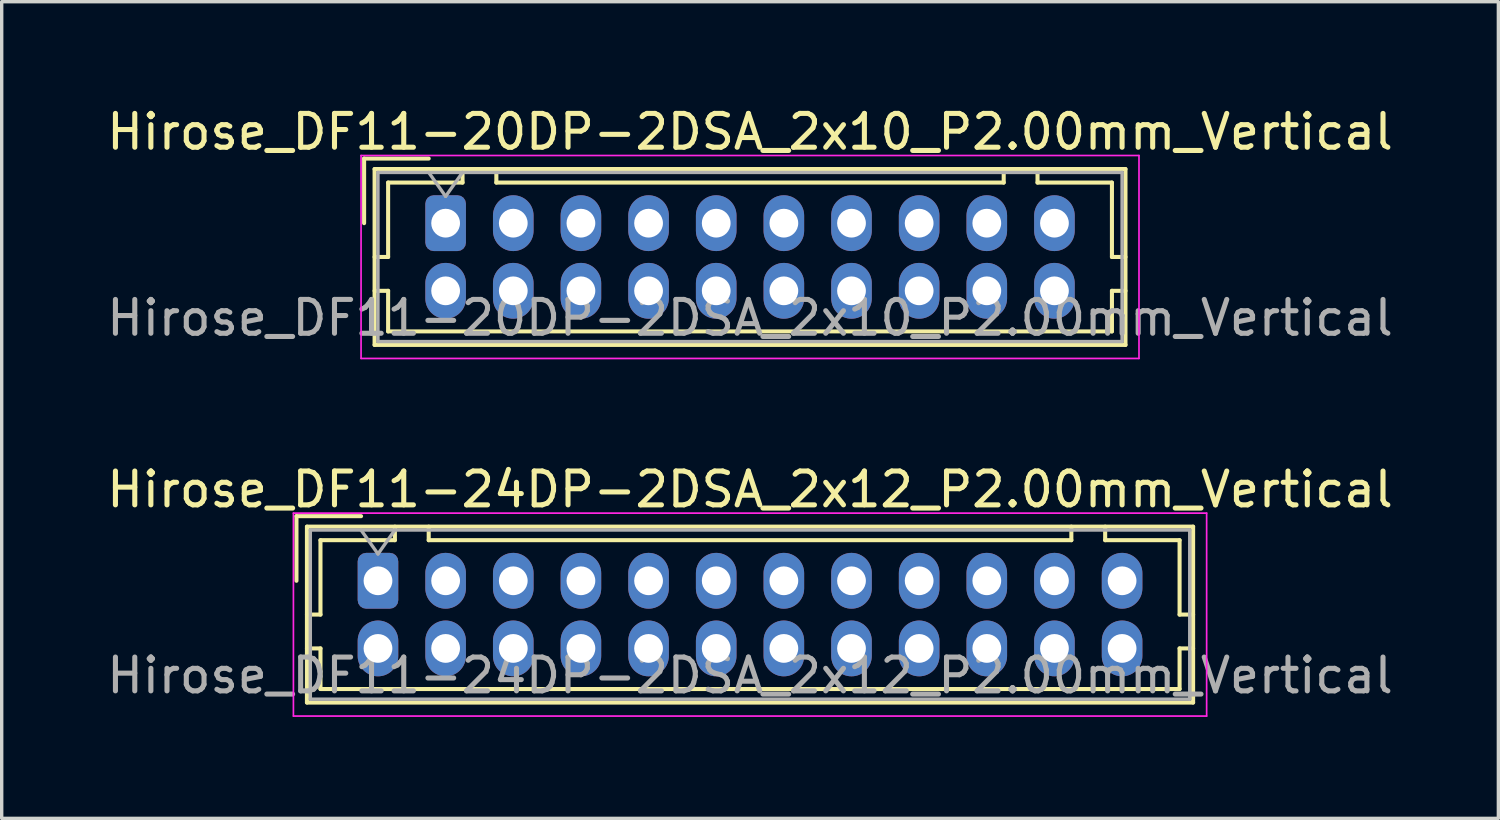
<source format=kicad_pcb>
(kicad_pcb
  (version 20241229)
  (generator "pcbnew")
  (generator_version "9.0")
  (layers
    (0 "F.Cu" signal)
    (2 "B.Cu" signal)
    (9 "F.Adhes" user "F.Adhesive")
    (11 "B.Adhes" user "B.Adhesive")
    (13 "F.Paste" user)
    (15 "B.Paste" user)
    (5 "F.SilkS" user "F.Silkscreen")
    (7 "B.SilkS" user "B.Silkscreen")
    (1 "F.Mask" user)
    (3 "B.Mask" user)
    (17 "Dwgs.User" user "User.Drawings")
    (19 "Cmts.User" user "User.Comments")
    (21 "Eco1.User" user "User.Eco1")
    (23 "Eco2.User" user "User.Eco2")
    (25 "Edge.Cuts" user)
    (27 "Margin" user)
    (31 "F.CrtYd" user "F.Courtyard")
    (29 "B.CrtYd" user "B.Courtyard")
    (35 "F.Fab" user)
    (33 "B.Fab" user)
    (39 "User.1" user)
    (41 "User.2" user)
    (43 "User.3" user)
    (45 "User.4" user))
  (footprint "Hirose_DF11-24DP-2DSA_2x12_P2.00mm_Vertical"
    (layer "F.Cu")
    (at 8.125 14.121)
    (property "Reference" "Hirose_DF11-24DP-2DSA_2x12_P2.00mm_Vertical" (at 11 -2.7 0) (layer "F.SilkS") (effects (font (size 1 1) (thickness 0.15))))
    (attr through_hole)
    (fp_line (start -2.41 -1.91) (end -0.5 -1.91) (stroke (width 0.12) (type solid)) (layer "F.SilkS"))
    (fp_line (start -2.41 0) (end -2.41 -1.91) (stroke (width 0.12) (type solid)) (layer "F.SilkS"))
    (fp_line (start -2.1 -1.6) (end -2.1 3.6) (stroke (width 0.12) (type solid)) (layer "F.SilkS"))
    (fp_line (start -2.1 1) (end -1.7 1) (stroke (width 0.12) (type solid)) (layer "F.SilkS"))
    (fp_line (start -2.1 2) (end -1.7 2) (stroke (width 0.12) (type solid)) (layer "F.SilkS"))
    (fp_line (start -2.1 3.6) (end 24.1 3.6) (stroke (width 0.12) (type solid)) (layer "F.SilkS"))
    (fp_line (start -1.7 -1.2) (end 0.5 -1.2) (stroke (width 0.12) (type solid)) (layer "F.SilkS"))
    (fp_line (start -1.7 1) (end -1.7 -1.2) (stroke (width 0.12) (type solid)) (layer "F.SilkS"))
    (fp_line (start -1.7 2) (end -1.7 3.2) (stroke (width 0.12) (type solid)) (layer "F.SilkS"))
    (fp_line (start -1.7 3.2) (end 23.7 3.2) (stroke (width 0.12) (type solid)) (layer "F.SilkS"))
    (fp_line (start 0.5 -1.2) (end 0.5 -1.6) (stroke (width 0.12) (type solid)) (layer "F.SilkS"))
    (fp_line (start 1.5 -1.6) (end 1.5 -1.2) (stroke (width 0.12) (type solid)) (layer "F.SilkS"))
    (fp_line (start 1.5 -1.2) (end 20.5 -1.2) (stroke (width 0.12) (type solid)) (layer "F.SilkS"))
    (fp_line (start 20.5 -1.2) (end 20.5 -1.6) (stroke (width 0.12) (type solid)) (layer "F.SilkS"))
    (fp_line (start 21.5 -1.2) (end 21.5 -1.6) (stroke (width 0.12) (type solid)) (layer "F.SilkS"))
    (fp_line (start 23.7 -1.2) (end 21.5 -1.2) (stroke (width 0.12) (type solid)) (layer "F.SilkS"))
    (fp_line (start 23.7 1) (end 23.7 -1.2) (stroke (width 0.12) (type solid)) (layer "F.SilkS"))
    (fp_line (start 23.7 2) (end 24.1 2) (stroke (width 0.12) (type solid)) (layer "F.SilkS"))
    (fp_line (start 23.7 3.2) (end 23.7 2) (stroke (width 0.12) (type solid)) (layer "F.SilkS"))
    (fp_line (start 24.1 -1.6) (end -2.1 -1.6) (stroke (width 0.12) (type solid)) (layer "F.SilkS"))
    (fp_line (start 24.1 1) (end 23.7 1) (stroke (width 0.12) (type solid)) (layer "F.SilkS"))
    (fp_line (start 24.1 3.6) (end 24.1 -1.6) (stroke (width 0.12) (type solid)) (layer "F.SilkS"))
    (fp_line (start -2.5 -2) (end -2.5 4) (stroke (width 0.05) (type solid)) (layer "F.CrtYd"))
    (fp_line (start -2.5 4) (end 24.5 4) (stroke (width 0.05) (type solid)) (layer "F.CrtYd"))
    (fp_line (start 24.5 -2) (end -2.5 -2) (stroke (width 0.05) (type solid)) (layer "F.CrtYd"))
    (fp_line (start 24.5 4) (end 24.5 -2) (stroke (width 0.05) (type solid)) (layer "F.CrtYd"))
    (fp_line (start -2 -1.5) (end -2 3.5) (stroke (width 0.1) (type solid)) (layer "F.Fab"))
    (fp_line (start -2 3.5) (end 24 3.5) (stroke (width 0.1) (type solid)) (layer "F.Fab"))
    (fp_line (start -0.5 -1.5) (end 0 -0.793) (stroke (width 0.1) (type solid)) (layer "F.Fab"))
    (fp_line (start 0 -0.793) (end 0.5 -1.5) (stroke (width 0.1) (type solid)) (layer "F.Fab"))
    (fp_line (start 24 -1.5) (end -2 -1.5) (stroke (width 0.1) (type solid)) (layer "F.Fab"))
    (fp_line (start 24 3.5) (end 24 -1.5) (stroke (width 0.1) (type solid)) (layer "F.Fab"))
    (fp_text user "${REFERENCE}" (at 11 2.8 0) (layer "F.Fab") (effects (font (size 1 1) (thickness 0.15))))
    (pad "1" thru_hole roundrect (at 0 0) (size 1.2 1.65) (drill 0.85) (layers "*.Cu" "*.Mask") (roundrect_rratio 0.208))
    (pad "2" thru_hole oval (at 0 2) (size 1.2 1.65) (drill 0.85) (layers "*.Cu" "*.Mask"))
    (pad "3" thru_hole oval (at 2 0) (size 1.2 1.65) (drill 0.85) (layers "*.Cu" "*.Mask"))
    (pad "4" thru_hole oval (at 2 2) (size 1.2 1.65) (drill 0.85) (layers "*.Cu" "*.Mask"))
    (pad "5" thru_hole oval (at 4 0) (size 1.2 1.65) (drill 0.85) (layers "*.Cu" "*.Mask"))
    (pad "6" thru_hole oval (at 4 2) (size 1.2 1.65) (drill 0.85) (layers "*.Cu" "*.Mask"))
    (pad "7" thru_hole oval (at 6 0) (size 1.2 1.65) (drill 0.85) (layers "*.Cu" "*.Mask"))
    (pad "8" thru_hole oval (at 6 2) (size 1.2 1.65) (drill 0.85) (layers "*.Cu" "*.Mask"))
    (pad "9" thru_hole oval (at 8 0) (size 1.2 1.65) (drill 0.85) (layers "*.Cu" "*.Mask"))
    (pad "10" thru_hole oval (at 8 2) (size 1.2 1.65) (drill 0.85) (layers "*.Cu" "*.Mask"))
    (pad "11" thru_hole oval (at 10 0) (size 1.2 1.65) (drill 0.85) (layers "*.Cu" "*.Mask"))
    (pad "12" thru_hole oval (at 10 2) (size 1.2 1.65) (drill 0.85) (layers "*.Cu" "*.Mask"))
    (pad "13" thru_hole oval (at 12 0) (size 1.2 1.65) (drill 0.85) (layers "*.Cu" "*.Mask"))
    (pad "14" thru_hole oval (at 12 2) (size 1.2 1.65) (drill 0.85) (layers "*.Cu" "*.Mask"))
    (pad "15" thru_hole oval (at 14 0) (size 1.2 1.65) (drill 0.85) (layers "*.Cu" "*.Mask"))
    (pad "16" thru_hole oval (at 14 2) (size 1.2 1.65) (drill 0.85) (layers "*.Cu" "*.Mask"))
    (pad "17" thru_hole oval (at 16 0) (size 1.2 1.65) (drill 0.85) (layers "*.Cu" "*.Mask"))
    (pad "18" thru_hole oval (at 16 2) (size 1.2 1.65) (drill 0.85) (layers "*.Cu" "*.Mask"))
    (pad "19" thru_hole oval (at 18 0) (size 1.2 1.65) (drill 0.85) (layers "*.Cu" "*.Mask"))
    (pad "20" thru_hole oval (at 18 2) (size 1.2 1.65) (drill 0.85) (layers "*.Cu" "*.Mask"))
    (pad "21" thru_hole oval (at 20 0) (size 1.2 1.65) (drill 0.85) (layers "*.Cu" "*.Mask"))
    (pad "22" thru_hole oval (at 20 2) (size 1.2 1.65) (drill 0.85) (layers "*.Cu" "*.Mask"))
    (pad "23" thru_hole oval (at 22 0) (size 1.2 1.65) (drill 0.85) (layers "*.Cu" "*.Mask"))
    (pad "24" thru_hole oval (at 22 2) (size 1.2 1.65) (drill 0.85) (layers "*.Cu" "*.Mask")))
  (footprint "Hirose_DF11-20DP-2DSA_2x10_P2.00mm_Vertical"
    (layer "F.Cu")
    (at 10.125 3.548)
    (property "Reference" "Hirose_DF11-20DP-2DSA_2x10_P2.00mm_Vertical" (at 9 -2.7 0) (layer "F.SilkS") (effects (font (size 1 1) (thickness 0.15))))
    (attr through_hole)
    (fp_line (start -2.41 -1.91) (end -0.5 -1.91) (stroke (width 0.12) (type solid)) (layer "F.SilkS"))
    (fp_line (start -2.41 0) (end -2.41 -1.91) (stroke (width 0.12) (type solid)) (layer "F.SilkS"))
    (fp_line (start -2.1 -1.6) (end -2.1 3.6) (stroke (width 0.12) (type solid)) (layer "F.SilkS"))
    (fp_line (start -2.1 1) (end -1.7 1) (stroke (width 0.12) (type solid)) (layer "F.SilkS"))
    (fp_line (start -2.1 2) (end -1.7 2) (stroke (width 0.12) (type solid)) (layer "F.SilkS"))
    (fp_line (start -2.1 3.6) (end 20.1 3.6) (stroke (width 0.12) (type solid)) (layer "F.SilkS"))
    (fp_line (start -1.7 -1.2) (end 0.5 -1.2) (stroke (width 0.12) (type solid)) (layer "F.SilkS"))
    (fp_line (start -1.7 1) (end -1.7 -1.2) (stroke (width 0.12) (type solid)) (layer "F.SilkS"))
    (fp_line (start -1.7 2) (end -1.7 3.2) (stroke (width 0.12) (type solid)) (layer "F.SilkS"))
    (fp_line (start -1.7 3.2) (end 19.7 3.2) (stroke (width 0.12) (type solid)) (layer "F.SilkS"))
    (fp_line (start 0.5 -1.2) (end 0.5 -1.6) (stroke (width 0.12) (type solid)) (layer "F.SilkS"))
    (fp_line (start 1.5 -1.6) (end 1.5 -1.2) (stroke (width 0.12) (type solid)) (layer "F.SilkS"))
    (fp_line (start 1.5 -1.2) (end 16.5 -1.2) (stroke (width 0.12) (type solid)) (layer "F.SilkS"))
    (fp_line (start 16.5 -1.2) (end 16.5 -1.6) (stroke (width 0.12) (type solid)) (layer "F.SilkS"))
    (fp_line (start 17.5 -1.2) (end 17.5 -1.6) (stroke (width 0.12) (type solid)) (layer "F.SilkS"))
    (fp_line (start 19.7 -1.2) (end 17.5 -1.2) (stroke (width 0.12) (type solid)) (layer "F.SilkS"))
    (fp_line (start 19.7 1) (end 19.7 -1.2) (stroke (width 0.12) (type solid)) (layer "F.SilkS"))
    (fp_line (start 19.7 2) (end 20.1 2) (stroke (width 0.12) (type solid)) (layer "F.SilkS"))
    (fp_line (start 19.7 3.2) (end 19.7 2) (stroke (width 0.12) (type solid)) (layer "F.SilkS"))
    (fp_line (start 20.1 -1.6) (end -2.1 -1.6) (stroke (width 0.12) (type solid)) (layer "F.SilkS"))
    (fp_line (start 20.1 1) (end 19.7 1) (stroke (width 0.12) (type solid)) (layer "F.SilkS"))
    (fp_line (start 20.1 3.6) (end 20.1 -1.6) (stroke (width 0.12) (type solid)) (layer "F.SilkS"))
    (fp_line (start -2.5 -2) (end -2.5 4) (stroke (width 0.05) (type solid)) (layer "F.CrtYd"))
    (fp_line (start -2.5 4) (end 20.5 4) (stroke (width 0.05) (type solid)) (layer "F.CrtYd"))
    (fp_line (start 20.5 -2) (end -2.5 -2) (stroke (width 0.05) (type solid)) (layer "F.CrtYd"))
    (fp_line (start 20.5 4) (end 20.5 -2) (stroke (width 0.05) (type solid)) (layer "F.CrtYd"))
    (fp_line (start -2 -1.5) (end -2 3.5) (stroke (width 0.1) (type solid)) (layer "F.Fab"))
    (fp_line (start -2 3.5) (end 20 3.5) (stroke (width 0.1) (type solid)) (layer "F.Fab"))
    (fp_line (start -0.5 -1.5) (end 0 -0.793) (stroke (width 0.1) (type solid)) (layer "F.Fab"))
    (fp_line (start 0 -0.793) (end 0.5 -1.5) (stroke (width 0.1) (type solid)) (layer "F.Fab"))
    (fp_line (start 20 -1.5) (end -2 -1.5) (stroke (width 0.1) (type solid)) (layer "F.Fab"))
    (fp_line (start 20 3.5) (end 20 -1.5) (stroke (width 0.1) (type solid)) (layer "F.Fab"))
    (fp_text user "${REFERENCE}" (at 9 2.8 0) (layer "F.Fab") (effects (font (size 1 1) (thickness 0.15))))
    (pad "1" thru_hole roundrect (at 0 0) (size 1.2 1.65) (drill 0.85) (layers "*.Cu" "*.Mask") (roundrect_rratio 0.208))
    (pad "2" thru_hole oval (at 0 2) (size 1.2 1.65) (drill 0.85) (layers "*.Cu" "*.Mask"))
    (pad "3" thru_hole oval (at 2 0) (size 1.2 1.65) (drill 0.85) (layers "*.Cu" "*.Mask"))
    (pad "4" thru_hole oval (at 2 2) (size 1.2 1.65) (drill 0.85) (layers "*.Cu" "*.Mask"))
    (pad "5" thru_hole oval (at 4 0) (size 1.2 1.65) (drill 0.85) (layers "*.Cu" "*.Mask"))
    (pad "6" thru_hole oval (at 4 2) (size 1.2 1.65) (drill 0.85) (layers "*.Cu" "*.Mask"))
    (pad "7" thru_hole oval (at 6 0) (size 1.2 1.65) (drill 0.85) (layers "*.Cu" "*.Mask"))
    (pad "8" thru_hole oval (at 6 2) (size 1.2 1.65) (drill 0.85) (layers "*.Cu" "*.Mask"))
    (pad "9" thru_hole oval (at 8 0) (size 1.2 1.65) (drill 0.85) (layers "*.Cu" "*.Mask"))
    (pad "10" thru_hole oval (at 8 2) (size 1.2 1.65) (drill 0.85) (layers "*.Cu" "*.Mask"))
    (pad "11" thru_hole oval (at 10 0) (size 1.2 1.65) (drill 0.85) (layers "*.Cu" "*.Mask"))
    (pad "12" thru_hole oval (at 10 2) (size 1.2 1.65) (drill 0.85) (layers "*.Cu" "*.Mask"))
    (pad "13" thru_hole oval (at 12 0) (size 1.2 1.65) (drill 0.85) (layers "*.Cu" "*.Mask"))
    (pad "14" thru_hole oval (at 12 2) (size 1.2 1.65) (drill 0.85) (layers "*.Cu" "*.Mask"))
    (pad "15" thru_hole oval (at 14 0) (size 1.2 1.65) (drill 0.85) (layers "*.Cu" "*.Mask"))
    (pad "16" thru_hole oval (at 14 2) (size 1.2 1.65) (drill 0.85) (layers "*.Cu" "*.Mask"))
    (pad "17" thru_hole oval (at 16 0) (size 1.2 1.65) (drill 0.85) (layers "*.Cu" "*.Mask"))
    (pad "18" thru_hole oval (at 16 2) (size 1.2 1.65) (drill 0.85) (layers "*.Cu" "*.Mask"))
    (pad "19" thru_hole oval (at 18 0) (size 1.2 1.65) (drill 0.85) (layers "*.Cu" "*.Mask"))
    (pad "20" thru_hole oval (at 18 2) (size 1.2 1.65) (drill 0.85) (layers "*.Cu" "*.Mask")))
  (gr_rect
    (start -3 -3)
    (end 41.25 21.146)
    (stroke (width 0.1) (type default))
    (fill no)
    (layer "Edge.Cuts")))
</source>
